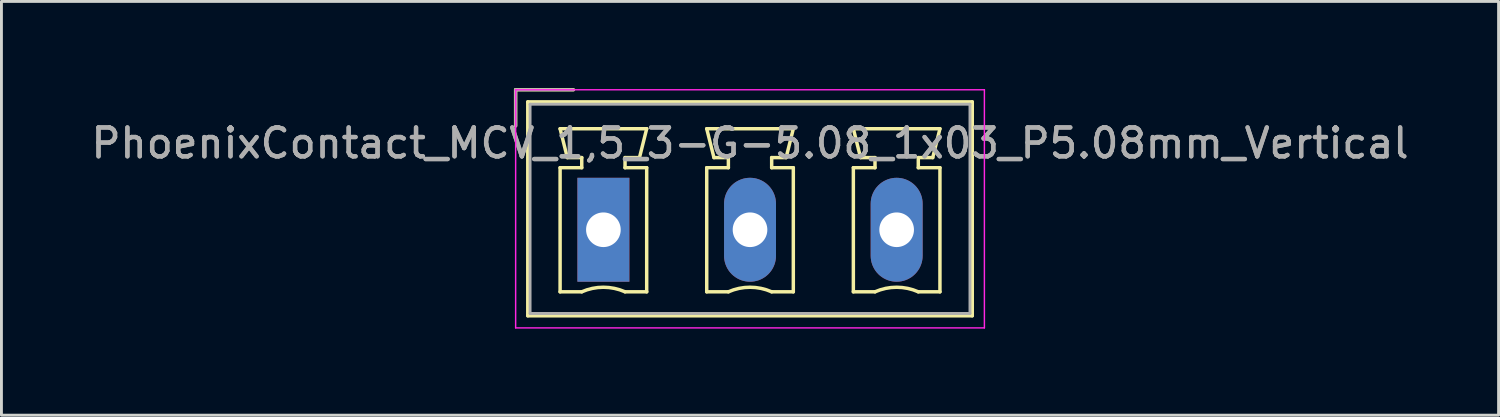
<source format=kicad_pcb>
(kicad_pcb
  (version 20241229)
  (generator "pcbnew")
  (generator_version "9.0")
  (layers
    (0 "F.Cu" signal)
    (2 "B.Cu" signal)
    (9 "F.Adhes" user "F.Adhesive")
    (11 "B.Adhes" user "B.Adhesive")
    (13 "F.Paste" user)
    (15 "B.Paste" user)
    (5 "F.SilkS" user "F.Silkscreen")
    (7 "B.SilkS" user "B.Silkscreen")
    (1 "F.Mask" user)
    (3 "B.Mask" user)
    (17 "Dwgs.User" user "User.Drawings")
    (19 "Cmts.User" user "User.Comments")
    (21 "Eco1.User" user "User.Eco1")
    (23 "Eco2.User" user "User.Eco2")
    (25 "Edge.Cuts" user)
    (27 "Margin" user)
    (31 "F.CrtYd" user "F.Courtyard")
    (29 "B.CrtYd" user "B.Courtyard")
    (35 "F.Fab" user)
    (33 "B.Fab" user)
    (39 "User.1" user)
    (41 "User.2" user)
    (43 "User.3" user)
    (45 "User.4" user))
  (footprint "PhoenixContact_MCV_1,5_3-G-5.08_1x03_P5.08mm_Vertical"
    (layer "F.Cu")
    (at 17.855 4.91)
    (property "Reference" "PhoenixContact_MCV_1,5_3-G-5.08_1x03_P5.08mm_Vertical" (at 5.08 -3 0) (layer "F.Fab") (effects (font (size 1 1) (thickness 0.15))))
    (attr through_hole)
    (fp_line (start -3.04 -4.85) (end -1.04 -4.85) (stroke (width 0.12) (type solid)) (layer "F.SilkS"))
    (fp_line (start -3.04 -3.6) (end -3.04 -4.85) (stroke (width 0.12) (type solid)) (layer "F.SilkS"))
    (fp_line (start -2.62 -4.43) (end -2.62 2.98) (stroke (width 0.12) (type solid)) (layer "F.SilkS"))
    (fp_line (start -2.62 2.98) (end 12.78 2.98) (stroke (width 0.12) (type solid)) (layer "F.SilkS"))
    (fp_line (start -1.5 -3.5) (end 1.5 -3.5) (stroke (width 0.12) (type solid)) (layer "F.SilkS"))
    (fp_line (start -1.5 -2.15) (end -0.75 -2.15) (stroke (width 0.12) (type solid)) (layer "F.SilkS"))
    (fp_line (start -1.5 2.15) (end -1.5 -2.15) (stroke (width 0.12) (type solid)) (layer "F.SilkS"))
    (fp_line (start -1.25 -2.5) (end -1.5 -3.5) (stroke (width 0.12) (type solid)) (layer "F.SilkS"))
    (fp_line (start -0.75 -2.5) (end -1.25 -2.5) (stroke (width 0.12) (type solid)) (layer "F.SilkS"))
    (fp_line (start -0.75 -2.15) (end -0.75 -2.5) (stroke (width 0.12) (type solid)) (layer "F.SilkS"))
    (fp_line (start -0.75 2.15) (end -1.5 2.15) (stroke (width 0.12) (type solid)) (layer "F.SilkS"))
    (fp_line (start 0.75 -2.5) (end 0.75 -2.15) (stroke (width 0.12) (type solid)) (layer "F.SilkS"))
    (fp_line (start 0.75 -2.15) (end 1.5 -2.15) (stroke (width 0.12) (type solid)) (layer "F.SilkS"))
    (fp_line (start 1.25 -2.5) (end 0.75 -2.5) (stroke (width 0.12) (type solid)) (layer "F.SilkS"))
    (fp_line (start 1.5 -3.5) (end 1.25 -2.5) (stroke (width 0.12) (type solid)) (layer "F.SilkS"))
    (fp_line (start 1.5 -2.15) (end 1.5 2.15) (stroke (width 0.12) (type solid)) (layer "F.SilkS"))
    (fp_line (start 1.5 2.15) (end 0.75 2.15) (stroke (width 0.12) (type solid)) (layer "F.SilkS"))
    (fp_line (start 3.58 -3.5) (end 6.58 -3.5) (stroke (width 0.12) (type solid)) (layer "F.SilkS"))
    (fp_line (start 3.58 -2.15) (end 4.33 -2.15) (stroke (width 0.12) (type solid)) (layer "F.SilkS"))
    (fp_line (start 3.58 2.15) (end 3.58 -2.15) (stroke (width 0.12) (type solid)) (layer "F.SilkS"))
    (fp_line (start 3.83 -2.5) (end 3.58 -3.5) (stroke (width 0.12) (type solid)) (layer "F.SilkS"))
    (fp_line (start 4.33 -2.5) (end 3.83 -2.5) (stroke (width 0.12) (type solid)) (layer "F.SilkS"))
    (fp_line (start 4.33 -2.15) (end 4.33 -2.5) (stroke (width 0.12) (type solid)) (layer "F.SilkS"))
    (fp_line (start 4.33 2.15) (end 3.58 2.15) (stroke (width 0.12) (type solid)) (layer "F.SilkS"))
    (fp_line (start 5.83 -2.5) (end 5.83 -2.15) (stroke (width 0.12) (type solid)) (layer "F.SilkS"))
    (fp_line (start 5.83 -2.15) (end 6.58 -2.15) (stroke (width 0.12) (type solid)) (layer "F.SilkS"))
    (fp_line (start 6.33 -2.5) (end 5.83 -2.5) (stroke (width 0.12) (type solid)) (layer "F.SilkS"))
    (fp_line (start 6.58 -3.5) (end 6.33 -2.5) (stroke (width 0.12) (type solid)) (layer "F.SilkS"))
    (fp_line (start 6.58 -2.15) (end 6.58 2.15) (stroke (width 0.12) (type solid)) (layer "F.SilkS"))
    (fp_line (start 6.58 2.15) (end 5.83 2.15) (stroke (width 0.12) (type solid)) (layer "F.SilkS"))
    (fp_line (start 8.66 -3.5) (end 11.66 -3.5) (stroke (width 0.12) (type solid)) (layer "F.SilkS"))
    (fp_line (start 8.66 -2.15) (end 9.41 -2.15) (stroke (width 0.12) (type solid)) (layer "F.SilkS"))
    (fp_line (start 8.66 2.15) (end 8.66 -2.15) (stroke (width 0.12) (type solid)) (layer "F.SilkS"))
    (fp_line (start 8.91 -2.5) (end 8.66 -3.5) (stroke (width 0.12) (type solid)) (layer "F.SilkS"))
    (fp_line (start 9.41 -2.5) (end 8.91 -2.5) (stroke (width 0.12) (type solid)) (layer "F.SilkS"))
    (fp_line (start 9.41 -2.15) (end 9.41 -2.5) (stroke (width 0.12) (type solid)) (layer "F.SilkS"))
    (fp_line (start 9.41 2.15) (end 8.66 2.15) (stroke (width 0.12) (type solid)) (layer "F.SilkS"))
    (fp_line (start 10.91 -2.5) (end 10.91 -2.15) (stroke (width 0.12) (type solid)) (layer "F.SilkS"))
    (fp_line (start 10.91 -2.15) (end 11.66 -2.15) (stroke (width 0.12) (type solid)) (layer "F.SilkS"))
    (fp_line (start 11.41 -2.5) (end 10.91 -2.5) (stroke (width 0.12) (type solid)) (layer "F.SilkS"))
    (fp_line (start 11.66 -3.5) (end 11.41 -2.5) (stroke (width 0.12) (type solid)) (layer "F.SilkS"))
    (fp_line (start 11.66 -2.15) (end 11.66 2.15) (stroke (width 0.12) (type solid)) (layer "F.SilkS"))
    (fp_line (start 11.66 2.15) (end 10.91 2.15) (stroke (width 0.12) (type solid)) (layer "F.SilkS"))
    (fp_line (start 12.78 -4.43) (end -2.62 -4.43) (stroke (width 0.12) (type solid)) (layer "F.SilkS"))
    (fp_line (start 12.78 2.98) (end 12.78 -4.43) (stroke (width 0.12) (type solid)) (layer "F.SilkS"))
    (fp_arc (start -0.75 2.15) (mid -0.000193 1.99191) (end 0.749647 2.149844) (stroke (width 0.12) (type solid)) (layer "F.SilkS"))
    (fp_arc (start 4.33 2.15) (mid 5.079807 1.99191) (end 5.829647 2.149844) (stroke (width 0.12) (type solid)) (layer "F.SilkS"))
    (fp_arc (start 9.41 2.15) (mid 10.159807 1.99191) (end 10.909647 2.149844) (stroke (width 0.12) (type solid)) (layer "F.SilkS"))
    (fp_line (start -3.04 -4.85) (end -3.04 3.4) (stroke (width 0.05) (type solid)) (layer "F.CrtYd"))
    (fp_line (start -3.04 3.4) (end 13.2 3.4) (stroke (width 0.05) (type solid)) (layer "F.CrtYd"))
    (fp_line (start 13.2 -4.85) (end -3.04 -4.85) (stroke (width 0.05) (type solid)) (layer "F.CrtYd"))
    (fp_line (start 13.2 3.4) (end 13.2 -4.85) (stroke (width 0.05) (type solid)) (layer "F.CrtYd"))
    (fp_line (start -3.04 -4.85) (end -1.04 -4.85) (stroke (width 0.1) (type solid)) (layer "F.Fab"))
    (fp_line (start -3.04 -3.6) (end -3.04 -4.85) (stroke (width 0.1) (type solid)) (layer "F.Fab"))
    (fp_line (start -2.54 -4.35) (end -2.54 2.9) (stroke (width 0.1) (type solid)) (layer "F.Fab"))
    (fp_line (start -2.54 2.9) (end 12.7 2.9) (stroke (width 0.1) (type solid)) (layer "F.Fab"))
    (fp_line (start 12.7 -4.35) (end -2.54 -4.35) (stroke (width 0.1) (type solid)) (layer "F.Fab"))
    (fp_line (start 12.7 2.9) (end 12.7 -4.35) (stroke (width 0.1) (type solid)) (layer "F.Fab"))
    (fp_text user "${REFERENCE}" (at 5.08 -3 0) (layer "F.Fab") (effects (font (size 1 1) (thickness 0.15))))
    (pad "1" thru_hole rect (at 0 0) (size 1.8 3.6) (drill 1.2) (layers "*.Cu" "*.Mask"))
    (pad "2" thru_hole oval (at 5.08 0) (size 1.8 3.6) (drill 1.2) (layers "*.Cu" "*.Mask"))
    (pad "3" thru_hole oval (at 10.16 0) (size 1.8 3.6) (drill 1.2) (layers "*.Cu" "*.Mask")))
  (gr_rect
    (start -3 -3)
    (end 48.869 11.335)
    (stroke (width 0.1) (type default))
    (fill no)
    (layer "Edge.Cuts")))
</source>
